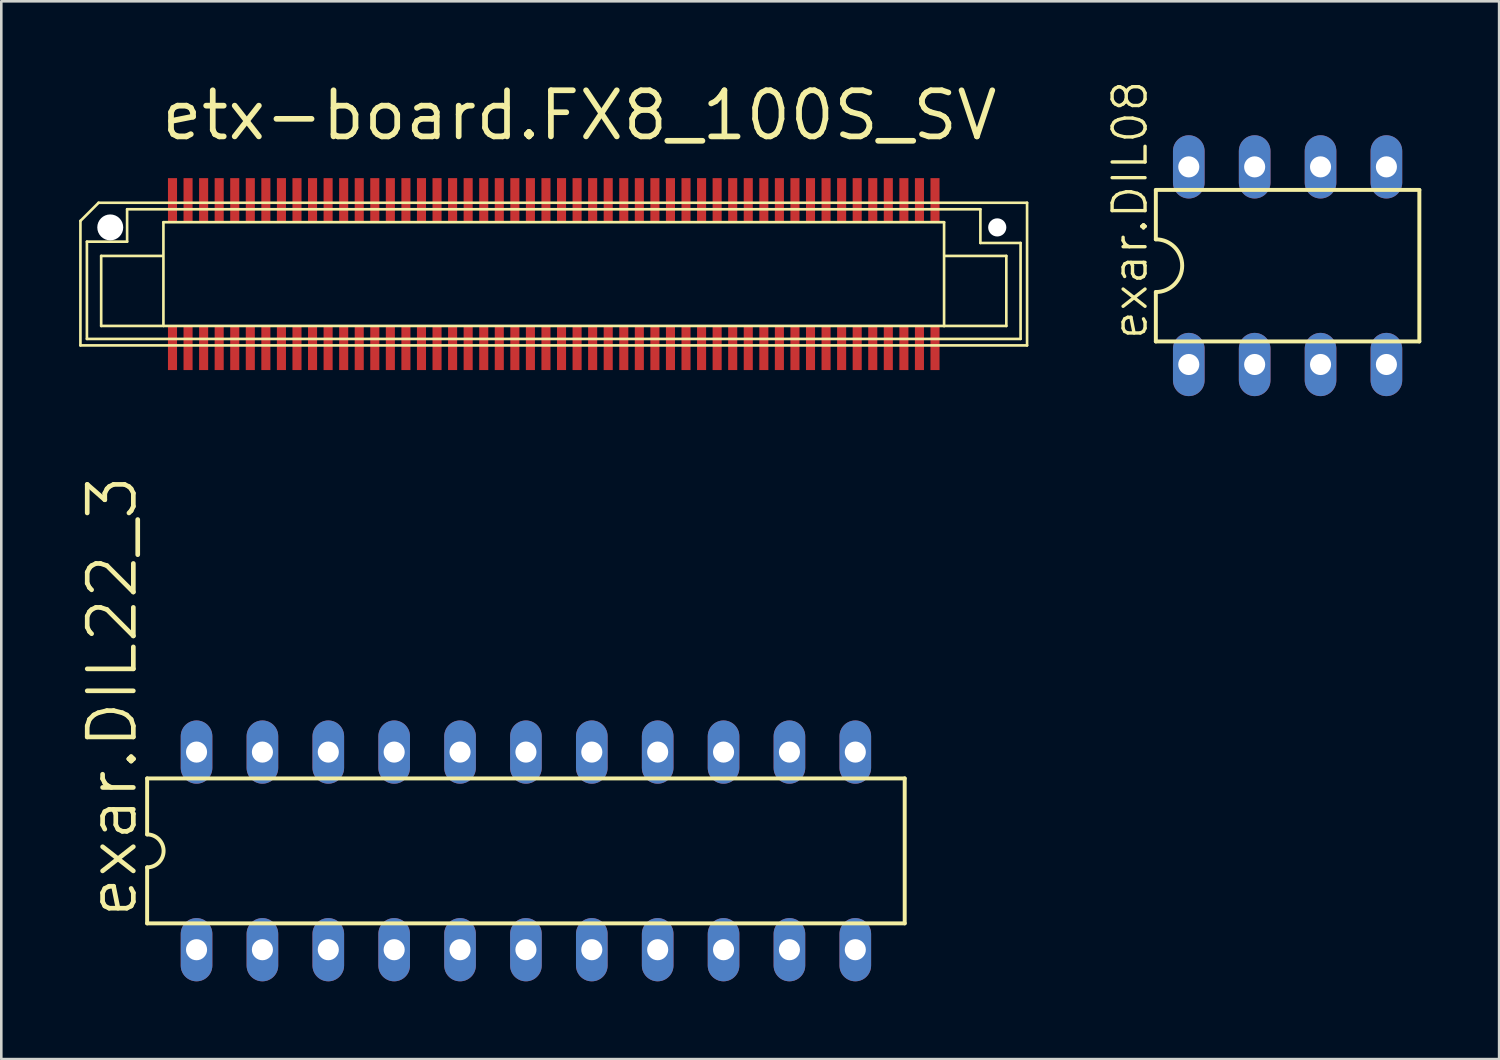
<source format=kicad_pcb>
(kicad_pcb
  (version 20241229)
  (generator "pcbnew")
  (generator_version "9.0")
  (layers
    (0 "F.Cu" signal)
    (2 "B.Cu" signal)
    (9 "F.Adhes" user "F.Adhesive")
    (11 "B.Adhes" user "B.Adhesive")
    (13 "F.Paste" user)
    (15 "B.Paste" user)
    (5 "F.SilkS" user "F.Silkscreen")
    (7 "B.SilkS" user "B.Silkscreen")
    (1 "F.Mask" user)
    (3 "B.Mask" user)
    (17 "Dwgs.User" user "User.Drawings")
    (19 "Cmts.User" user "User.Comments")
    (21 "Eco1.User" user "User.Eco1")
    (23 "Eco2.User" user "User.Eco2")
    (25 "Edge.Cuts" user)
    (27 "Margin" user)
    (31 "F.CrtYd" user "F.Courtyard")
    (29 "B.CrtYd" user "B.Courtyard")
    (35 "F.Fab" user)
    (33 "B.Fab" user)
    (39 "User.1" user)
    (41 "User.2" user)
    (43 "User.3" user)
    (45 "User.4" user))
  (footprint "exar.DIL22_3"
    (layer "F.Cu")
    (at 17.228 29.758)
    (property "Reference" "exar.DIL22_3" (at -14.91 2.667 90) (layer "F.SilkS") (effects (font (size 1.778 1.778) (thickness 0.18)) (justify left bottom)))
    (attr through_hole)
    (fp_line (start -14.605 -2.794) (end -14.605 -0.635) (stroke (width 0.152) (type default)) (layer "F.SilkS"))
    (fp_line (start -14.605 -2.794) (end 14.605 -2.794) (stroke (width 0.152) (type default)) (layer "F.SilkS"))
    (fp_line (start -14.605 0.635) (end -14.605 2.794) (stroke (width 0.152) (type default)) (layer "F.SilkS"))
    (fp_line (start -14.605 2.794) (end 14.605 2.794) (stroke (width 0.152) (type default)) (layer "F.SilkS"))
    (fp_line (start 14.605 2.794) (end 14.605 -2.794) (stroke (width 0.152) (type default)) (layer "F.SilkS"))
    (fp_arc (start -14.605 -0.635) (mid -13.97 0) (end -14.605 0.635) (stroke (width 0.1524) (type default)) (layer "F.SilkS"))
    (pad "1" thru_hole oval (at -12.7 3.81 90) (size 2.438 1.219) (drill 0.813) (layers "*.Cu" "*.Mask"))
    (pad "2" thru_hole oval (at -10.16 3.81 90) (size 2.438 1.219) (drill 0.813) (layers "*.Cu" "*.Mask"))
    (pad "3" thru_hole oval (at -7.62 3.81 90) (size 2.438 1.219) (drill 0.813) (layers "*.Cu" "*.Mask"))
    (pad "4" thru_hole oval (at -5.08 3.81 90) (size 2.438 1.219) (drill 0.813) (layers "*.Cu" "*.Mask"))
    (pad "5" thru_hole oval (at -2.54 3.81 90) (size 2.438 1.219) (drill 0.813) (layers "*.Cu" "*.Mask"))
    (pad "6" thru_hole oval (at 0 3.81 90) (size 2.438 1.219) (drill 0.813) (layers "*.Cu" "*.Mask"))
    (pad "7" thru_hole oval (at 2.54 3.81 90) (size 2.438 1.219) (drill 0.813) (layers "*.Cu" "*.Mask"))
    (pad "8" thru_hole oval (at 5.08 3.81 90) (size 2.438 1.219) (drill 0.813) (layers "*.Cu" "*.Mask"))
    (pad "9" thru_hole oval (at 7.62 3.81 90) (size 2.438 1.219) (drill 0.813) (layers "*.Cu" "*.Mask"))
    (pad "10" thru_hole oval (at 10.16 3.81 90) (size 2.438 1.219) (drill 0.813) (layers "*.Cu" "*.Mask"))
    (pad "11" thru_hole oval (at 12.7 3.81 90) (size 2.438 1.219) (drill 0.813) (layers "*.Cu" "*.Mask"))
    (pad "12" thru_hole oval (at 12.7 -3.81 90) (size 2.438 1.219) (drill 0.813) (layers "*.Cu" "*.Mask"))
    (pad "13" thru_hole oval (at 10.16 -3.81 90) (size 2.438 1.219) (drill 0.813) (layers "*.Cu" "*.Mask"))
    (pad "14" thru_hole oval (at 7.62 -3.81 90) (size 2.438 1.219) (drill 0.813) (layers "*.Cu" "*.Mask"))
    (pad "15" thru_hole oval (at 5.08 -3.81 90) (size 2.438 1.219) (drill 0.813) (layers "*.Cu" "*.Mask"))
    (pad "16" thru_hole oval (at 2.54 -3.81 90) (size 2.438 1.219) (drill 0.813) (layers "*.Cu" "*.Mask"))
    (pad "17" thru_hole oval (at 0 -3.81 90) (size 2.438 1.219) (drill 0.813) (layers "*.Cu" "*.Mask"))
    (pad "18" thru_hole oval (at -2.54 -3.81 90) (size 2.438 1.219) (drill 0.813) (layers "*.Cu" "*.Mask"))
    (pad "19" thru_hole oval (at -5.08 -3.81 90) (size 2.438 1.219) (drill 0.813) (layers "*.Cu" "*.Mask"))
    (pad "20" thru_hole oval (at -7.62 -3.81 90) (size 2.438 1.219) (drill 0.813) (layers "*.Cu" "*.Mask"))
    (pad "21" thru_hole oval (at -10.16 -3.81 90) (size 2.438 1.219) (drill 0.813) (layers "*.Cu" "*.Mask"))
    (pad "22" thru_hole oval (at -12.7 -3.81 90) (size 2.438 1.219) (drill 0.813) (layers "*.Cu" "*.Mask")))
  (footprint "etx-board.FX8_100S_SV"
    (layer "F.Cu")
    (at 18.301 7.518)
    (property "Reference" "etx-board.FX8_100S_SV" (at -15.24 -5.08 0) (layer "F.SilkS") (effects (font (size 1.778 1.778) (thickness 0.22)) (justify left bottom)))
    (attr smd)
    (fp_line (start -18.25 -2.05) (end -17.55 -2.75) (stroke (width 0.102) (type default)) (layer "F.SilkS"))
    (fp_line (start -18.25 2.75) (end -18.25 -2.05) (stroke (width 0.102) (type default)) (layer "F.SilkS"))
    (fp_line (start -18 -1.25) (end -18 2.5) (stroke (width 0.102) (type default)) (layer "F.SilkS"))
    (fp_line (start -18 2.5) (end 18 2.5) (stroke (width 0.102) (type default)) (layer "F.SilkS"))
    (fp_line (start -17.55 -2.75) (end 18.25 -2.75) (stroke (width 0.102) (type default)) (layer "F.SilkS"))
    (fp_line (start -17.45 -0.7) (end -15.1 -0.7) (stroke (width 0.102) (type default)) (layer "F.SilkS"))
    (fp_line (start -17.45 2) (end -17.45 -0.7) (stroke (width 0.102) (type default)) (layer "F.SilkS"))
    (fp_line (start -16.45 -2.5) (end -16.45 -1.25) (stroke (width 0.102) (type default)) (layer "F.SilkS"))
    (fp_line (start -16.45 -1.25) (end -18 -1.25) (stroke (width 0.102) (type default)) (layer "F.SilkS"))
    (fp_line (start -15.1 2) (end -17.45 2) (stroke (width 0.102) (type default)) (layer "F.SilkS"))
    (fp_line (start -15.05 -2) (end -15.05 2) (stroke (width 0.102) (type default)) (layer "F.SilkS"))
    (fp_line (start -15.05 2) (end 15.05 2) (stroke (width 0.102) (type default)) (layer "F.SilkS"))
    (fp_line (start 15.05 -2) (end -15.05 -2) (stroke (width 0.102) (type default)) (layer "F.SilkS"))
    (fp_line (start 15.05 2) (end 15.05 -2) (stroke (width 0.102) (type default)) (layer "F.SilkS"))
    (fp_line (start 15.05 2) (end 17.45 2) (stroke (width 0.102) (type default)) (layer "F.SilkS"))
    (fp_line (start 16.45 -2.5) (end -16.45 -2.5) (stroke (width 0.102) (type default)) (layer "F.SilkS"))
    (fp_line (start 16.45 -1.2) (end 16.45 -2.5) (stroke (width 0.102) (type default)) (layer "F.SilkS"))
    (fp_line (start 17.45 -0.7) (end 15.1 -0.7) (stroke (width 0.102) (type default)) (layer "F.SilkS"))
    (fp_line (start 17.45 2) (end 17.45 -0.7) (stroke (width 0.102) (type default)) (layer "F.SilkS"))
    (fp_line (start 18 -1.2) (end 16.45 -1.2) (stroke (width 0.102) (type default)) (layer "F.SilkS"))
    (fp_line (start 18 2.5) (end 18 -1.2) (stroke (width 0.102) (type default)) (layer "F.SilkS"))
    (fp_line (start 18.25 -2.75) (end 18.25 2.75) (stroke (width 0.102) (type default)) (layer "F.SilkS"))
    (fp_line (start 18.25 2.75) (end -18.25 2.75) (stroke (width 0.102) (type default)) (layer "F.SilkS"))
    (pad "" np_thru_hole circle (at -17.1 -1.8) (size 1 1) (drill 1) (layers "*.Cu" "*.Mask"))
    (pad "" np_thru_hole circle (at 17.1 -1.8) (size 0.7 0.7) (drill 0.7) (layers "*.Cu" "*.Mask"))
    (pad "1" smd roundrect (at -14.7 -2.85) (size 0.35 1.7) (layers "F.Cu" "F.Mask" "F.Paste") (roundrect_rratio 0.01))
    (pad "2" smd roundrect (at -14.7 2.85) (size 0.35 1.7) (layers "F.Cu" "F.Mask" "F.Paste") (roundrect_rratio 0.01))
    (pad "3" smd roundrect (at -14.1 -2.85) (size 0.35 1.7) (layers "F.Cu" "F.Mask" "F.Paste") (roundrect_rratio 0.01))
    (pad "4" smd roundrect (at -14.1 2.85) (size 0.35 1.7) (layers "F.Cu" "F.Mask" "F.Paste") (roundrect_rratio 0.01))
    (pad "5" smd roundrect (at -13.5 -2.85) (size 0.35 1.7) (layers "F.Cu" "F.Mask" "F.Paste") (roundrect_rratio 0.01))
    (pad "6" smd roundrect (at -13.5 2.85) (size 0.35 1.7) (layers "F.Cu" "F.Mask" "F.Paste") (roundrect_rratio 0.01))
    (pad "7" smd roundrect (at -12.9 -2.85) (size 0.35 1.7) (layers "F.Cu" "F.Mask" "F.Paste") (roundrect_rratio 0.01))
    (pad "8" smd roundrect (at -12.9 2.85) (size 0.35 1.7) (layers "F.Cu" "F.Mask" "F.Paste") (roundrect_rratio 0.01))
    (pad "9" smd roundrect (at -12.3 -2.85) (size 0.35 1.7) (layers "F.Cu" "F.Mask" "F.Paste") (roundrect_rratio 0.01))
    (pad "10" smd roundrect (at -12.3 2.85) (size 0.35 1.7) (layers "F.Cu" "F.Mask" "F.Paste") (roundrect_rratio 0.01))
    (pad "11" smd roundrect (at -11.7 -2.85) (size 0.35 1.7) (layers "F.Cu" "F.Mask" "F.Paste") (roundrect_rratio 0.01))
    (pad "12" smd roundrect (at -11.7 2.85) (size 0.35 1.7) (layers "F.Cu" "F.Mask" "F.Paste") (roundrect_rratio 0.01))
    (pad "13" smd roundrect (at -11.1 -2.85) (size 0.35 1.7) (layers "F.Cu" "F.Mask" "F.Paste") (roundrect_rratio 0.01))
    (pad "14" smd roundrect (at -11.1 2.85) (size 0.35 1.7) (layers "F.Cu" "F.Mask" "F.Paste") (roundrect_rratio 0.01))
    (pad "15" smd roundrect (at -10.5 -2.85) (size 0.35 1.7) (layers "F.Cu" "F.Mask" "F.Paste") (roundrect_rratio 0.01))
    (pad "16" smd roundrect (at -10.5 2.85) (size 0.35 1.7) (layers "F.Cu" "F.Mask" "F.Paste") (roundrect_rratio 0.01))
    (pad "17" smd roundrect (at -9.9 -2.85) (size 0.35 1.7) (layers "F.Cu" "F.Mask" "F.Paste") (roundrect_rratio 0.01))
    (pad "18" smd roundrect (at -9.9 2.85) (size 0.35 1.7) (layers "F.Cu" "F.Mask" "F.Paste") (roundrect_rratio 0.01))
    (pad "19" smd roundrect (at -9.3 -2.85) (size 0.35 1.7) (layers "F.Cu" "F.Mask" "F.Paste") (roundrect_rratio 0.01))
    (pad "20" smd roundrect (at -9.3 2.85) (size 0.35 1.7) (layers "F.Cu" "F.Mask" "F.Paste") (roundrect_rratio 0.01))
    (pad "21" smd roundrect (at -8.7 -2.85) (size 0.35 1.7) (layers "F.Cu" "F.Mask" "F.Paste") (roundrect_rratio 0.01))
    (pad "22" smd roundrect (at -8.7 2.85) (size 0.35 1.7) (layers "F.Cu" "F.Mask" "F.Paste") (roundrect_rratio 0.01))
    (pad "23" smd roundrect (at -8.1 -2.85) (size 0.35 1.7) (layers "F.Cu" "F.Mask" "F.Paste") (roundrect_rratio 0.01))
    (pad "24" smd roundrect (at -8.1 2.85) (size 0.35 1.7) (layers "F.Cu" "F.Mask" "F.Paste") (roundrect_rratio 0.01))
    (pad "25" smd roundrect (at -7.5 -2.85) (size 0.35 1.7) (layers "F.Cu" "F.Mask" "F.Paste") (roundrect_rratio 0.01))
    (pad "26" smd roundrect (at -7.5 2.85) (size 0.35 1.7) (layers "F.Cu" "F.Mask" "F.Paste") (roundrect_rratio 0.01))
    (pad "27" smd roundrect (at -6.9 -2.85) (size 0.35 1.7) (layers "F.Cu" "F.Mask" "F.Paste") (roundrect_rratio 0.01))
    (pad "28" smd roundrect (at -6.9 2.85) (size 0.35 1.7) (layers "F.Cu" "F.Mask" "F.Paste") (roundrect_rratio 0.01))
    (pad "29" smd roundrect (at -6.3 -2.85) (size 0.35 1.7) (layers "F.Cu" "F.Mask" "F.Paste") (roundrect_rratio 0.01))
    (pad "30" smd roundrect (at -6.3 2.85) (size 0.35 1.7) (layers "F.Cu" "F.Mask" "F.Paste") (roundrect_rratio 0.01))
    (pad "31" smd roundrect (at -5.7 -2.85) (size 0.35 1.7) (layers "F.Cu" "F.Mask" "F.Paste") (roundrect_rratio 0.01))
    (pad "32" smd roundrect (at -5.7 2.85) (size 0.35 1.7) (layers "F.Cu" "F.Mask" "F.Paste") (roundrect_rratio 0.01))
    (pad "33" smd roundrect (at -5.1 -2.85) (size 0.35 1.7) (layers "F.Cu" "F.Mask" "F.Paste") (roundrect_rratio 0.01))
    (pad "34" smd roundrect (at -5.1 2.85) (size 0.35 1.7) (layers "F.Cu" "F.Mask" "F.Paste") (roundrect_rratio 0.01))
    (pad "35" smd roundrect (at -4.5 -2.85) (size 0.35 1.7) (layers "F.Cu" "F.Mask" "F.Paste") (roundrect_rratio 0.01))
    (pad "36" smd roundrect (at -4.5 2.85) (size 0.35 1.7) (layers "F.Cu" "F.Mask" "F.Paste") (roundrect_rratio 0.01))
    (pad "37" smd roundrect (at -3.9 -2.85) (size 0.35 1.7) (layers "F.Cu" "F.Mask" "F.Paste") (roundrect_rratio 0.01))
    (pad "38" smd roundrect (at -3.9 2.85) (size 0.35 1.7) (layers "F.Cu" "F.Mask" "F.Paste") (roundrect_rratio 0.01))
    (pad "39" smd roundrect (at -3.3 -2.85) (size 0.35 1.7) (layers "F.Cu" "F.Mask" "F.Paste") (roundrect_rratio 0.01))
    (pad "40" smd roundrect (at -3.3 2.85) (size 0.35 1.7) (layers "F.Cu" "F.Mask" "F.Paste") (roundrect_rratio 0.01))
    (pad "41" smd roundrect (at -2.7 -2.85) (size 0.35 1.7) (layers "F.Cu" "F.Mask" "F.Paste") (roundrect_rratio 0.01))
    (pad "42" smd roundrect (at -2.7 2.85) (size 0.35 1.7) (layers "F.Cu" "F.Mask" "F.Paste") (roundrect_rratio 0.01))
    (pad "43" smd roundrect (at -2.1 -2.85) (size 0.35 1.7) (layers "F.Cu" "F.Mask" "F.Paste") (roundrect_rratio 0.01))
    (pad "44" smd roundrect (at -2.1 2.85) (size 0.35 1.7) (layers "F.Cu" "F.Mask" "F.Paste") (roundrect_rratio 0.01))
    (pad "45" smd roundrect (at -1.5 -2.85) (size 0.35 1.7) (layers "F.Cu" "F.Mask" "F.Paste") (roundrect_rratio 0.01))
    (pad "46" smd roundrect (at -1.5 2.85) (size 0.35 1.7) (layers "F.Cu" "F.Mask" "F.Paste") (roundrect_rratio 0.01))
    (pad "47" smd roundrect (at -0.9 -2.85) (size 0.35 1.7) (layers "F.Cu" "F.Mask" "F.Paste") (roundrect_rratio 0.01))
    (pad "48" smd roundrect (at -0.9 2.85) (size 0.35 1.7) (layers "F.Cu" "F.Mask" "F.Paste") (roundrect_rratio 0.01))
    (pad "49" smd roundrect (at -0.3 -2.85) (size 0.35 1.7) (layers "F.Cu" "F.Mask" "F.Paste") (roundrect_rratio 0.01))
    (pad "50" smd roundrect (at -0.3 2.85) (size 0.35 1.7) (layers "F.Cu" "F.Mask" "F.Paste") (roundrect_rratio 0.01))
    (pad "51" smd roundrect (at 0.3 -2.85) (size 0.35 1.7) (layers "F.Cu" "F.Mask" "F.Paste") (roundrect_rratio 0.01))
    (pad "52" smd roundrect (at 0.3 2.85) (size 0.35 1.7) (layers "F.Cu" "F.Mask" "F.Paste") (roundrect_rratio 0.01))
    (pad "53" smd roundrect (at 0.9 -2.85) (size 0.35 1.7) (layers "F.Cu" "F.Mask" "F.Paste") (roundrect_rratio 0.01))
    (pad "54" smd roundrect (at 0.9 2.85) (size 0.35 1.7) (layers "F.Cu" "F.Mask" "F.Paste") (roundrect_rratio 0.01))
    (pad "55" smd roundrect (at 1.5 -2.85) (size 0.35 1.7) (layers "F.Cu" "F.Mask" "F.Paste") (roundrect_rratio 0.01))
    (pad "56" smd roundrect (at 1.5 2.85) (size 0.35 1.7) (layers "F.Cu" "F.Mask" "F.Paste") (roundrect_rratio 0.01))
    (pad "57" smd roundrect (at 2.1 -2.85) (size 0.35 1.7) (layers "F.Cu" "F.Mask" "F.Paste") (roundrect_rratio 0.01))
    (pad "58" smd roundrect (at 2.1 2.85) (size 0.35 1.7) (layers "F.Cu" "F.Mask" "F.Paste") (roundrect_rratio 0.01))
    (pad "59" smd roundrect (at 2.7 -2.85) (size 0.35 1.7) (layers "F.Cu" "F.Mask" "F.Paste") (roundrect_rratio 0.01))
    (pad "60" smd roundrect (at 2.7 2.85) (size 0.35 1.7) (layers "F.Cu" "F.Mask" "F.Paste") (roundrect_rratio 0.01))
    (pad "61" smd roundrect (at 3.3 -2.85) (size 0.35 1.7) (layers "F.Cu" "F.Mask" "F.Paste") (roundrect_rratio 0.01))
    (pad "62" smd roundrect (at 3.3 2.85) (size 0.35 1.7) (layers "F.Cu" "F.Mask" "F.Paste") (roundrect_rratio 0.01))
    (pad "63" smd roundrect (at 3.9 -2.85) (size 0.35 1.7) (layers "F.Cu" "F.Mask" "F.Paste") (roundrect_rratio 0.01))
    (pad "64" smd roundrect (at 3.9 2.85) (size 0.35 1.7) (layers "F.Cu" "F.Mask" "F.Paste") (roundrect_rratio 0.01))
    (pad "65" smd roundrect (at 4.5 -2.85) (size 0.35 1.7) (layers "F.Cu" "F.Mask" "F.Paste") (roundrect_rratio 0.01))
    (pad "66" smd roundrect (at 4.5 2.85) (size 0.35 1.7) (layers "F.Cu" "F.Mask" "F.Paste") (roundrect_rratio 0.01))
    (pad "67" smd roundrect (at 5.1 -2.85) (size 0.35 1.7) (layers "F.Cu" "F.Mask" "F.Paste") (roundrect_rratio 0.01))
    (pad "68" smd roundrect (at 5.1 2.85) (size 0.35 1.7) (layers "F.Cu" "F.Mask" "F.Paste") (roundrect_rratio 0.01))
    (pad "69" smd roundrect (at 5.7 -2.85) (size 0.35 1.7) (layers "F.Cu" "F.Mask" "F.Paste") (roundrect_rratio 0.01))
    (pad "70" smd roundrect (at 5.7 2.85) (size 0.35 1.7) (layers "F.Cu" "F.Mask" "F.Paste") (roundrect_rratio 0.01))
    (pad "71" smd roundrect (at 6.3 -2.85) (size 0.35 1.7) (layers "F.Cu" "F.Mask" "F.Paste") (roundrect_rratio 0.01))
    (pad "72" smd roundrect (at 6.3 2.85) (size 0.35 1.7) (layers "F.Cu" "F.Mask" "F.Paste") (roundrect_rratio 0.01))
    (pad "73" smd roundrect (at 6.9 -2.85) (size 0.35 1.7) (layers "F.Cu" "F.Mask" "F.Paste") (roundrect_rratio 0.01))
    (pad "74" smd roundrect (at 6.9 2.85) (size 0.35 1.7) (layers "F.Cu" "F.Mask" "F.Paste") (roundrect_rratio 0.01))
    (pad "75" smd roundrect (at 7.5 -2.85) (size 0.35 1.7) (layers "F.Cu" "F.Mask" "F.Paste") (roundrect_rratio 0.01))
    (pad "76" smd roundrect (at 7.5 2.85) (size 0.35 1.7) (layers "F.Cu" "F.Mask" "F.Paste") (roundrect_rratio 0.01))
    (pad "77" smd roundrect (at 8.1 -2.85) (size 0.35 1.7) (layers "F.Cu" "F.Mask" "F.Paste") (roundrect_rratio 0.01))
    (pad "78" smd roundrect (at 8.1 2.85) (size 0.35 1.7) (layers "F.Cu" "F.Mask" "F.Paste") (roundrect_rratio 0.01))
    (pad "79" smd roundrect (at 8.7 -2.85) (size 0.35 1.7) (layers "F.Cu" "F.Mask" "F.Paste") (roundrect_rratio 0.01))
    (pad "80" smd roundrect (at 8.7 2.85) (size 0.35 1.7) (layers "F.Cu" "F.Mask" "F.Paste") (roundrect_rratio 0.01))
    (pad "81" smd roundrect (at 9.3 -2.85) (size 0.35 1.7) (layers "F.Cu" "F.Mask" "F.Paste") (roundrect_rratio 0.01))
    (pad "82" smd roundrect (at 9.3 2.85) (size 0.35 1.7) (layers "F.Cu" "F.Mask" "F.Paste") (roundrect_rratio 0.01))
    (pad "83" smd roundrect (at 9.9 -2.85) (size 0.35 1.7) (layers "F.Cu" "F.Mask" "F.Paste") (roundrect_rratio 0.01))
    (pad "84" smd roundrect (at 9.9 2.85) (size 0.35 1.7) (layers "F.Cu" "F.Mask" "F.Paste") (roundrect_rratio 0.01))
    (pad "85" smd roundrect (at 10.5 -2.85) (size 0.35 1.7) (layers "F.Cu" "F.Mask" "F.Paste") (roundrect_rratio 0.01))
    (pad "86" smd roundrect (at 10.5 2.85) (size 0.35 1.7) (layers "F.Cu" "F.Mask" "F.Paste") (roundrect_rratio 0.01))
    (pad "87" smd roundrect (at 11.1 -2.85) (size 0.35 1.7) (layers "F.Cu" "F.Mask" "F.Paste") (roundrect_rratio 0.01))
    (pad "88" smd roundrect (at 11.1 2.85) (size 0.35 1.7) (layers "F.Cu" "F.Mask" "F.Paste") (roundrect_rratio 0.01))
    (pad "89" smd roundrect (at 11.7 -2.85) (size 0.35 1.7) (layers "F.Cu" "F.Mask" "F.Paste") (roundrect_rratio 0.01))
    (pad "90" smd roundrect (at 11.7 2.85) (size 0.35 1.7) (layers "F.Cu" "F.Mask" "F.Paste") (roundrect_rratio 0.01))
    (pad "91" smd roundrect (at 12.3 -2.85) (size 0.35 1.7) (layers "F.Cu" "F.Mask" "F.Paste") (roundrect_rratio 0.01))
    (pad "92" smd roundrect (at 12.3 2.85) (size 0.35 1.7) (layers "F.Cu" "F.Mask" "F.Paste") (roundrect_rratio 0.01))
    (pad "93" smd roundrect (at 12.9 -2.85) (size 0.35 1.7) (layers "F.Cu" "F.Mask" "F.Paste") (roundrect_rratio 0.01))
    (pad "94" smd roundrect (at 12.9 2.85) (size 0.35 1.7) (layers "F.Cu" "F.Mask" "F.Paste") (roundrect_rratio 0.01))
    (pad "95" smd roundrect (at 13.5 -2.85) (size 0.35 1.7) (layers "F.Cu" "F.Mask" "F.Paste") (roundrect_rratio 0.01))
    (pad "96" smd roundrect (at 13.5 2.85) (size 0.35 1.7) (layers "F.Cu" "F.Mask" "F.Paste") (roundrect_rratio 0.01))
    (pad "97" smd roundrect (at 14.1 -2.85) (size 0.35 1.7) (layers "F.Cu" "F.Mask" "F.Paste") (roundrect_rratio 0.01))
    (pad "98" smd roundrect (at 14.1 2.85) (size 0.35 1.7) (layers "F.Cu" "F.Mask" "F.Paste") (roundrect_rratio 0.01))
    (pad "99" smd roundrect (at 14.7 -2.85) (size 0.35 1.7) (layers "F.Cu" "F.Mask" "F.Paste") (roundrect_rratio 0.01))
    (pad "100" smd roundrect (at 14.7 2.85) (size 0.35 1.7) (layers "F.Cu" "F.Mask" "F.Paste") (roundrect_rratio 0.01)))
  (footprint "exar.DIL08"
    (layer "F.Cu")
    (at 46.596 7.194)
    (property "Reference" "exar.DIL08" (at -5.334 2.921 90) (layer "F.SilkS") (effects (font (size 1.27 1.27) (thickness 0.13)) (justify left bottom)))
    (attr through_hole)
    (fp_line (start -5.08 -2.921) (end -5.08 -1.016) (stroke (width 0.152) (type default)) (layer "F.SilkS"))
    (fp_line (start -5.08 2.921) (end -5.08 1.016) (stroke (width 0.152) (type default)) (layer "F.SilkS"))
    (fp_line (start -5.08 2.921) (end 5.08 2.921) (stroke (width 0.152) (type default)) (layer "F.SilkS"))
    (fp_line (start 5.08 -2.921) (end -5.08 -2.921) (stroke (width 0.152) (type default)) (layer "F.SilkS"))
    (fp_line (start 5.08 -2.921) (end 5.08 2.921) (stroke (width 0.152) (type default)) (layer "F.SilkS"))
    (fp_arc (start -5.08 -1.016) (mid -4.064 0) (end -5.08 1.016) (stroke (width 0.1524) (type default)) (layer "F.SilkS"))
    (pad "1" thru_hole oval (at -3.81 3.81 90) (size 2.438 1.219) (drill 0.813) (layers "*.Cu" "*.Mask"))
    (pad "2" thru_hole oval (at -1.27 3.81 90) (size 2.438 1.219) (drill 0.813) (layers "*.Cu" "*.Mask"))
    (pad "3" thru_hole oval (at 1.27 3.81 90) (size 2.438 1.219) (drill 0.813) (layers "*.Cu" "*.Mask"))
    (pad "4" thru_hole oval (at 3.81 3.81 90) (size 2.438 1.219) (drill 0.813) (layers "*.Cu" "*.Mask"))
    (pad "5" thru_hole oval (at 3.81 -3.81 90) (size 2.438 1.219) (drill 0.813) (layers "*.Cu" "*.Mask"))
    (pad "6" thru_hole oval (at 1.27 -3.81 90) (size 2.438 1.219) (drill 0.813) (layers "*.Cu" "*.Mask"))
    (pad "7" thru_hole oval (at -1.27 -3.81 90) (size 2.438 1.219) (drill 0.813) (layers "*.Cu" "*.Mask"))
    (pad "8" thru_hole oval (at -3.81 -3.81 90) (size 2.438 1.219) (drill 0.813) (layers "*.Cu" "*.Mask")))
  (gr_rect
    (start -3 -3)
    (end 54.752 37.787)
    (stroke (width 0.1) (type default))
    (fill no)
    (layer "Edge.Cuts")))
</source>
